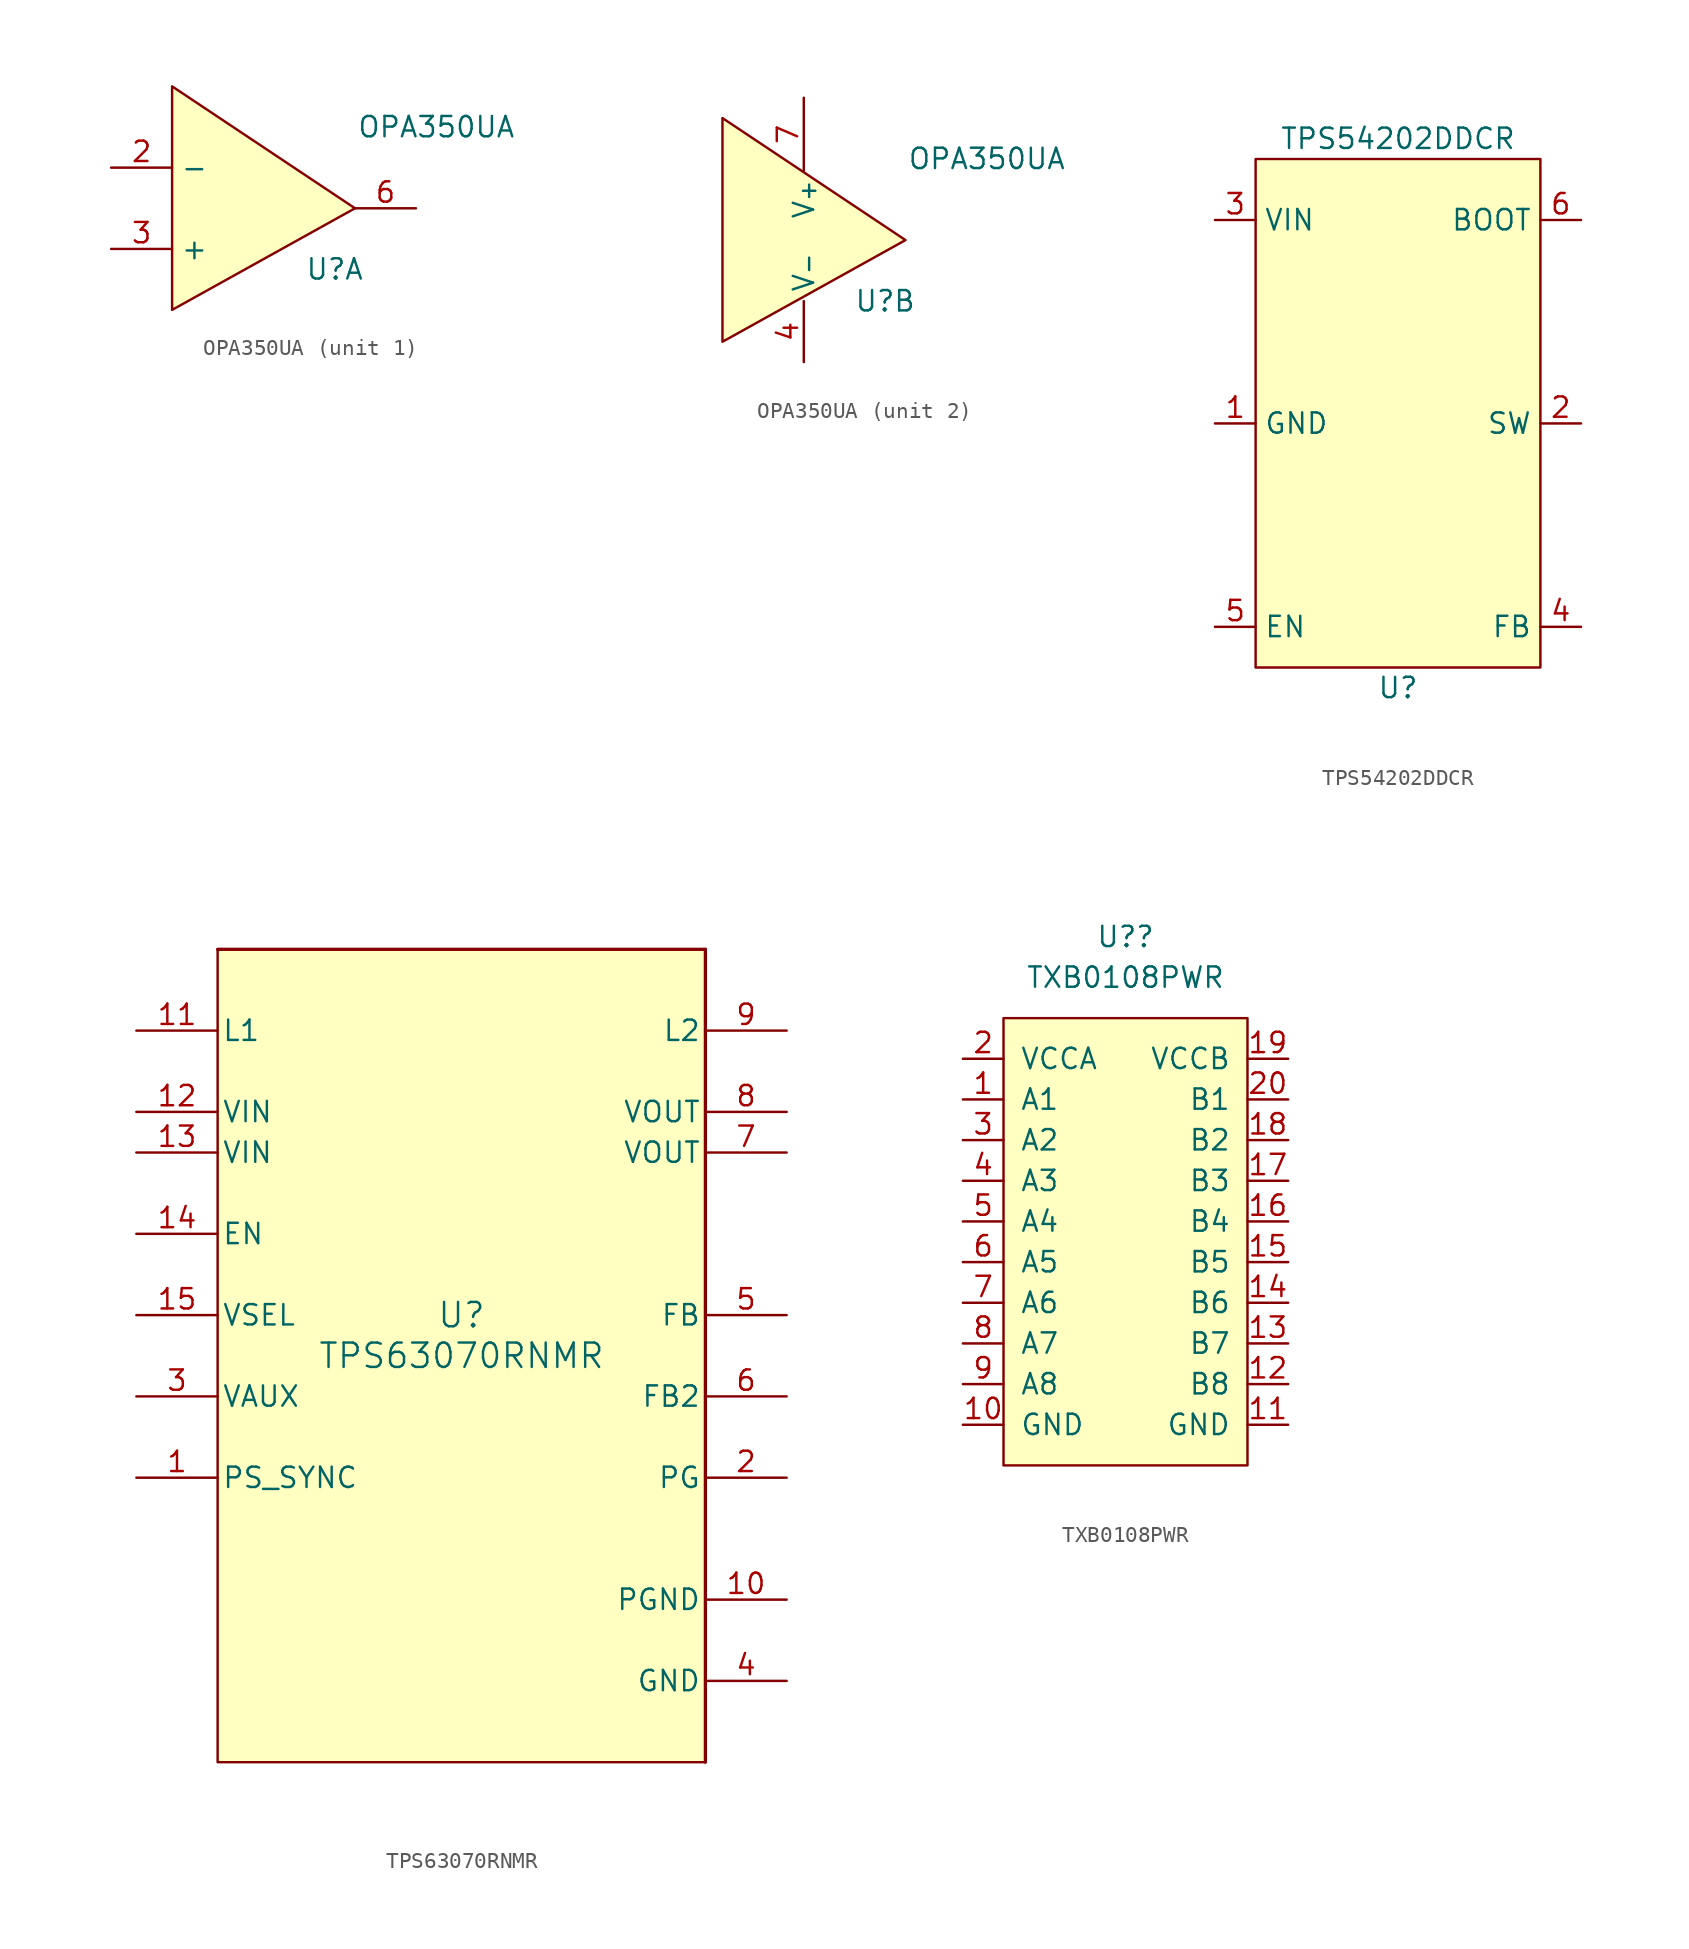
<source format=kicad_sym>
(kicad_symbol_lib
  (version 20241209)
  (generator "kicad_symbol_editor")
  (generator_version "9.0")
  (symbol "OPA350UA"
    (property "Reference" "U"
      (at 5.08 -3.81 0)
      (effects (font (size 1.27 1.27))))
    (property "Value" "OPA350UA"
      (at 11.43 5.08 0)
      (effects (font (size 1.27 1.27))))
    (property "ki_locked" ""
      (at 0 0 0)
      (effects (font (size 1.27 1.27))))
    (symbol "OPA350UA_0_1"
      (polyline (pts (xy -5.08 7.62) (xy 6.35 0) (xy -5.08 -6.35) (xy -5.08 7.62)) (stroke (width 0) (type default)) (fill (type background))))
    (symbol "OPA350UA_1_1"
      (pin passive line (at -8.89 2.54 0) (length 3.81) (name "-" (effects (font (size 1.27 1.27)))) (number "2" (effects (font (size 1.27 1.27)))))
      (pin passive line (at -8.89 -2.54 0) (length 3.81) (name "+" (effects (font (size 1.27 1.27)))) (number "3" (effects (font (size 1.27 1.27)))))
      (pin passive line (at 10.16 0 180) (length 3.81) (name "" (effects (font (size 1.27 1.27)))) (number "6" (effects (font (size 1.27 1.27))))))
    (symbol "OPA350UA_2_1"
      (pin no_connect line (at -8.89 3.81 0) (length 3.81) (hide yes) (name "NC" (effects (font (size 1.27 1.27)))) (number "1" (effects (font (size 1.27 1.27)))))
      (pin no_connect line (at -8.89 0 0) (length 3.81) (hide yes) (name "NC" (effects (font (size 1.27 1.27)))) (number "5" (effects (font (size 1.27 1.27)))))
      (pin no_connect line (at -8.89 -3.81 0) (length 3.81) (hide yes) (name "NC" (effects (font (size 1.27 1.27)))) (number "8" (effects (font (size 1.27 1.27)))))
      (pin passive line (at 0 8.89 270) (length 4.572) (name "V_{+}" (effects (font (size 1.27 1.27)))) (number "7" (effects (font (size 1.27 1.27)))))
      (pin passive line (at 0 -7.62 90) (length 3.81) (name "V_{-}" (effects (font (size 1.27 1.27)))) (number "4" (effects (font (size 1.27 1.27)))))))
  (symbol "TPS54202DDCR"
    (property "Reference" "U"
      (at 0 -29.21 0)
      (effects (font (size 1.27 1.27))))
    (property "Value" "TPS54202DDCR"
      (at 0 5.08 0)
      (effects (font (size 1.27 1.27))))
    (symbol "TPS54202DDCR_0_1"
      (rectangle (start -8.89 3.81) (end 8.89 -27.94) (stroke (width 0) (type default)) (fill (type background))))
    (symbol "TPS54202DDCR_1_1"
      (pin power_in line (at -11.43 0 0) (length 2.54) (name "VIN" (effects (font (size 1.27 1.27)))) (number "3" (effects (font (size 1.27 1.27)))))
      (pin power_in line (at -11.43 -12.7 0) (length 2.54) (name "GND" (effects (font (size 1.27 1.27)))) (number "1" (effects (font (size 1.27 1.27)))))
      (pin input line (at -11.43 -25.4 0) (length 2.54) (name "EN" (effects (font (size 1.27 1.27)))) (number "5" (effects (font (size 1.27 1.27)))))
      (pin passive line (at 11.43 0 180) (length 2.54) (name "BOOT" (effects (font (size 1.27 1.27)))) (number "6" (effects (font (size 1.27 1.27)))))
      (pin passive line (at 11.43 -12.7 180) (length 2.54) (name "SW" (effects (font (size 1.27 1.27)))) (number "2" (effects (font (size 1.27 1.27)))))
      (pin input line (at 11.43 -25.4 180) (length 2.54) (name "FB" (effects (font (size 1.27 1.27)))) (number "4" (effects (font (size 1.27 1.27)))))))
  (symbol "TPS63070RNMR"
    (pin_names
      (offset 0.254))
    (property "Reference" "U"
      (at 0 2.54 0)
      (effects (font (size 1.524 1.524))))
    (property "Value" "TPS63070RNMR"
      (at 0 0 0)
      (effects (font (size 1.524 1.524))))
    (symbol "TPS63070RNMR_0_1"
      (polyline (pts (xy 15.24 25.4) (xy -15.24 25.4)) (stroke (width 0.203) (type default)) (fill (type none)))
      (polyline (pts (xy 15.24 -25.4) (xy 15.24 25.4)) (stroke (width 0.203) (type default)) (fill (type none)))
      (pin power_in line (at -20.32 15.24 0) (length 5.08) (name "VIN" (effects (font (size 1.27 1.27)))) (number "12" (effects (font (size 1.27 1.27)))))
      (pin power_in line (at -20.32 12.7 0) (length 5.08) (name "VIN" (effects (font (size 1.27 1.27)))) (number "13" (effects (font (size 1.27 1.27)))))
      (pin input line (at -20.32 7.62 0) (length 5.08) (name "EN" (effects (font (size 1.27 1.27)))) (number "14" (effects (font (size 1.27 1.27)))))
      (pin input line (at -20.32 2.54 0) (length 5.08) (name "VSEL" (effects (font (size 1.27 1.27)))) (number "15" (effects (font (size 1.27 1.27)))))
      (pin unspecified line (at -20.32 -2.54 0) (length 5.08) (name "VAUX" (effects (font (size 1.27 1.27)))) (number "3" (effects (font (size 1.27 1.27)))))
      (pin input line (at -20.32 -7.62 0) (length 5.08) (name "PS_SYNC" (effects (font (size 1.27 1.27)))) (number "1" (effects (font (size 1.27 1.27)))))
      (pin power_in line (at 20.32 15.24 180) (length 5.08) (name "VOUT" (effects (font (size 1.27 1.27)))) (number "8" (effects (font (size 1.27 1.27)))))
      (pin power_in line (at 20.32 12.7 180) (length 5.08) (name "VOUT" (effects (font (size 1.27 1.27)))) (number "7" (effects (font (size 1.27 1.27)))))
      (pin output line (at 20.32 2.54 180) (length 5.08) (name "FB" (effects (font (size 1.27 1.27)))) (number "5" (effects (font (size 1.27 1.27)))))
      (pin input line (at 20.32 -2.54 180) (length 5.08) (name "FB2" (effects (font (size 1.27 1.27)))) (number "6" (effects (font (size 1.27 1.27)))))
      (pin open_collector line (at 20.32 -7.62 180) (length 5.08) (name "PG" (effects (font (size 1.27 1.27)))) (number "2" (effects (font (size 1.27 1.27)))))
      (pin power_in line (at 20.32 -15.24 180) (length 5.08) (name "PGND" (effects (font (size 1.27 1.27)))) (number "10" (effects (font (size 1.27 1.27)))))
      (pin power_in line (at 20.32 -20.32 180) (length 5.08) (name "GND" (effects (font (size 1.27 1.27)))) (number "4" (effects (font (size 1.27 1.27))))))
    (symbol "TPS63070RNMR_1_1"
      (rectangle (start -15.24 25.4) (end 15.24 -25.4) (stroke (width 0) (type default)) (fill (type background)))
      (pin passive line (at -20.32 20.32 0) (length 5.08) (name "L1" (effects (font (size 1.27 1.27)))) (number "11" (effects (font (size 1.27 1.27)))))
      (pin passive line (at 20.32 20.32 180) (length 5.08) (name "L2" (effects (font (size 1.27 1.27)))) (number "9" (effects (font (size 1.27 1.27)))))))
  (symbol "TXB0108PWR"
    (pin_names
      (offset 1.016))
    (property "Reference" "U?"
      (at 0 19.05 0)
      (effects (font (size 1.27 1.27))))
    (property "Value" "TXB0108PWR"
      (at 0 16.51 0)
      (effects (font (size 1.27 1.27))))
    (symbol "TXB0108PWR_0_1"
      (rectangle (start -7.62 13.97) (end 7.62 -13.97) (stroke (width 0) (type default)) (fill (type background))))
    (symbol "TXB0108PWR_1_1"
      (pin power_in line (at -10.16 11.43 0) (length 2.54) (name "VCCA" (effects (font (size 1.27 1.27)))) (number "2" (effects (font (size 1.27 1.27)))))
      (pin bidirectional line (at -10.16 8.89 0) (length 2.54) (name "A1" (effects (font (size 1.27 1.27)))) (number "1" (effects (font (size 1.27 1.27)))))
      (pin bidirectional line (at -10.16 6.35 0) (length 2.54) (name "A2" (effects (font (size 1.27 1.27)))) (number "3" (effects (font (size 1.27 1.27)))))
      (pin bidirectional line (at -10.16 3.81 0) (length 2.54) (name "A3" (effects (font (size 1.27 1.27)))) (number "4" (effects (font (size 1.27 1.27)))))
      (pin bidirectional line (at -10.16 1.27 0) (length 2.54) (name "A4" (effects (font (size 1.27 1.27)))) (number "5" (effects (font (size 1.27 1.27)))))
      (pin bidirectional line (at -10.16 -1.27 0) (length 2.54) (name "A5" (effects (font (size 1.27 1.27)))) (number "6" (effects (font (size 1.27 1.27)))))
      (pin bidirectional line (at -10.16 -3.81 0) (length 2.54) (name "A6" (effects (font (size 1.27 1.27)))) (number "7" (effects (font (size 1.27 1.27)))))
      (pin bidirectional line (at -10.16 -6.35 0) (length 2.54) (name "A7" (effects (font (size 1.27 1.27)))) (number "8" (effects (font (size 1.27 1.27)))))
      (pin bidirectional line (at -10.16 -8.89 0) (length 2.54) (name "A8" (effects (font (size 1.27 1.27)))) (number "9" (effects (font (size 1.27 1.27)))))
      (pin power_in line (at -10.16 -11.43 0) (length 2.54) (name "GND" (effects (font (size 1.27 1.27)))) (number "10" (effects (font (size 1.27 1.27)))))
      (pin power_in line (at 10.16 11.43 180) (length 2.54) (name "VCCB" (effects (font (size 1.27 1.27)))) (number "19" (effects (font (size 1.27 1.27)))))
      (pin bidirectional line (at 10.16 8.89 180) (length 2.54) (name "B1" (effects (font (size 1.27 1.27)))) (number "20" (effects (font (size 1.27 1.27)))))
      (pin bidirectional line (at 10.16 6.35 180) (length 2.54) (name "B2" (effects (font (size 1.27 1.27)))) (number "18" (effects (font (size 1.27 1.27)))))
      (pin bidirectional line (at 10.16 3.81 180) (length 2.54) (name "B3" (effects (font (size 1.27 1.27)))) (number "17" (effects (font (size 1.27 1.27)))))
      (pin bidirectional line (at 10.16 1.27 180) (length 2.54) (name "B4" (effects (font (size 1.27 1.27)))) (number "16" (effects (font (size 1.27 1.27)))))
      (pin bidirectional line (at 10.16 -1.27 180) (length 2.54) (name "B5" (effects (font (size 1.27 1.27)))) (number "15" (effects (font (size 1.27 1.27)))))
      (pin bidirectional line (at 10.16 -3.81 180) (length 2.54) (name "B6" (effects (font (size 1.27 1.27)))) (number "14" (effects (font (size 1.27 1.27)))))
      (pin bidirectional line (at 10.16 -6.35 180) (length 2.54) (name "B7" (effects (font (size 1.27 1.27)))) (number "13" (effects (font (size 1.27 1.27)))))
      (pin bidirectional line (at 10.16 -8.89 180) (length 2.54) (name "B8" (effects (font (size 1.27 1.27)))) (number "12" (effects (font (size 1.27 1.27)))))
      (pin power_in line (at 10.16 -11.43 180) (length 2.54) (name "GND" (effects (font (size 1.27 1.27)))) (number "11" (effects (font (size 1.27 1.27))))))))
</source>
